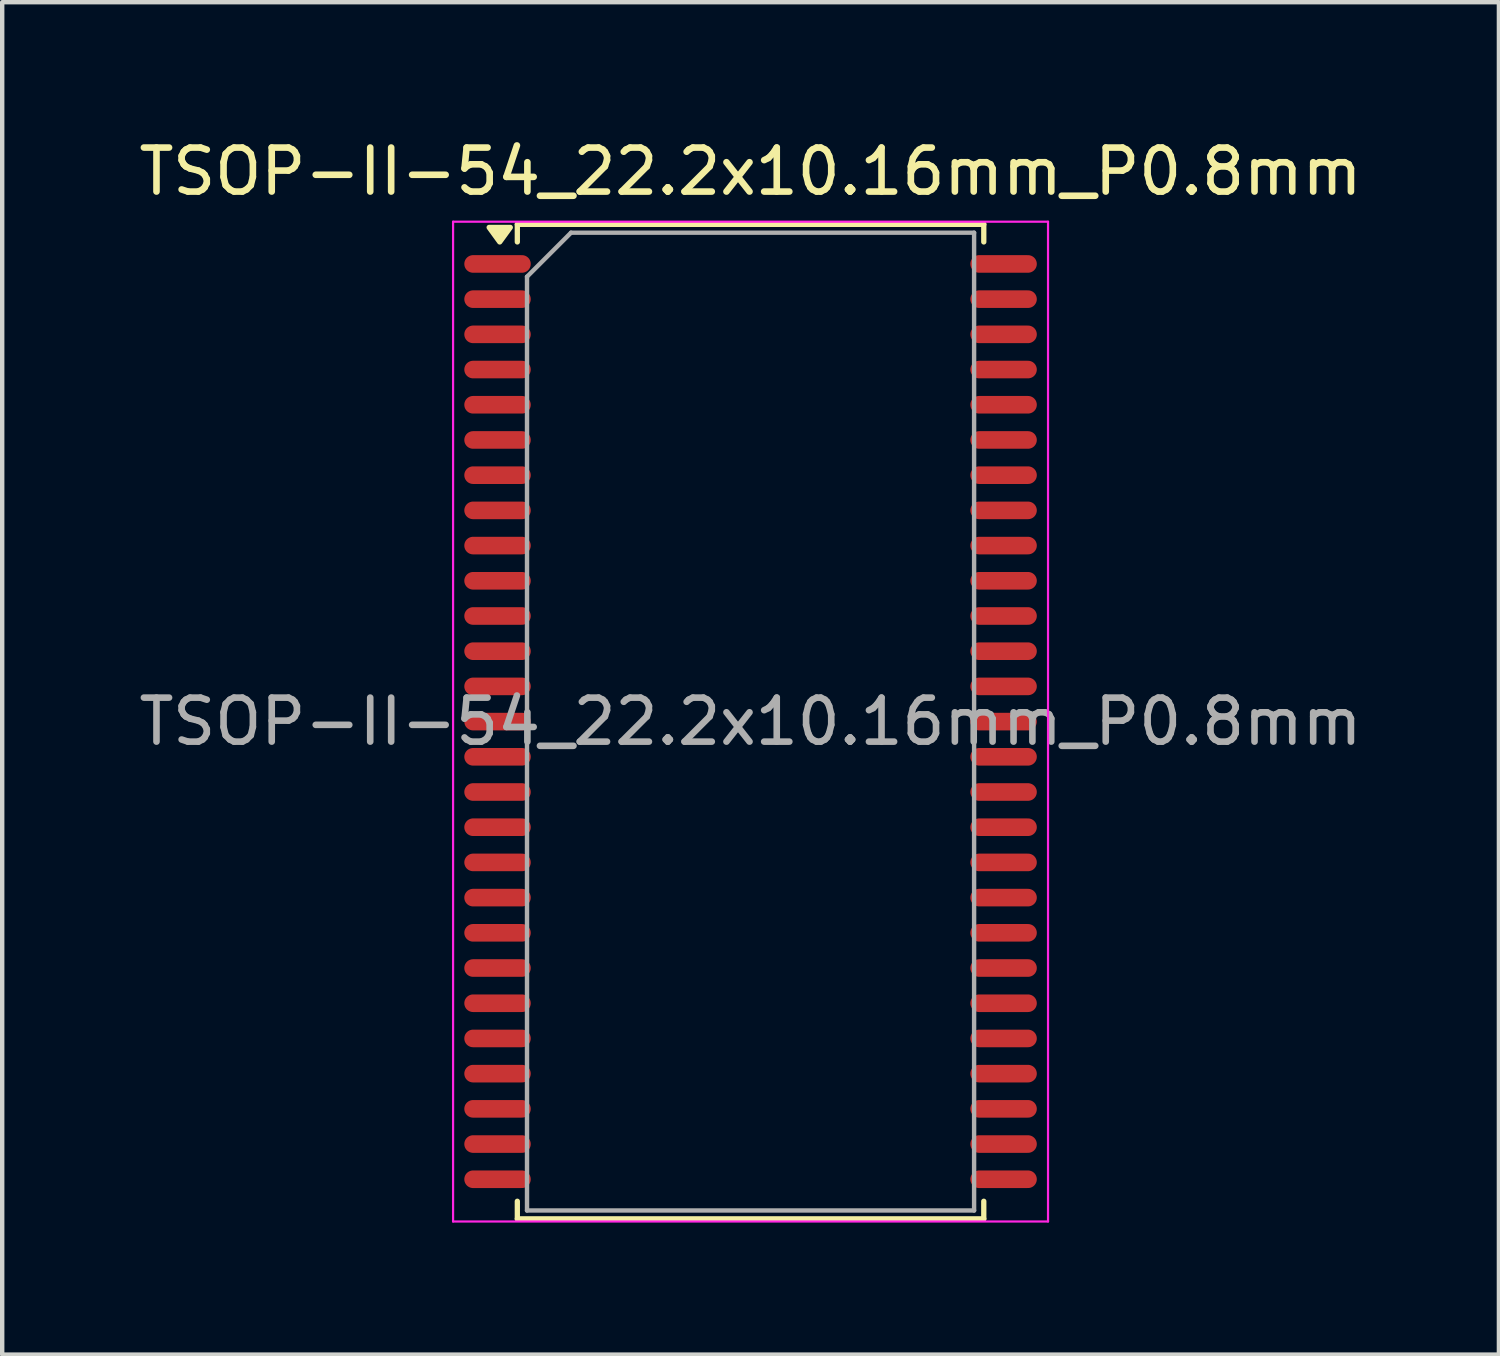
<source format=kicad_pcb>
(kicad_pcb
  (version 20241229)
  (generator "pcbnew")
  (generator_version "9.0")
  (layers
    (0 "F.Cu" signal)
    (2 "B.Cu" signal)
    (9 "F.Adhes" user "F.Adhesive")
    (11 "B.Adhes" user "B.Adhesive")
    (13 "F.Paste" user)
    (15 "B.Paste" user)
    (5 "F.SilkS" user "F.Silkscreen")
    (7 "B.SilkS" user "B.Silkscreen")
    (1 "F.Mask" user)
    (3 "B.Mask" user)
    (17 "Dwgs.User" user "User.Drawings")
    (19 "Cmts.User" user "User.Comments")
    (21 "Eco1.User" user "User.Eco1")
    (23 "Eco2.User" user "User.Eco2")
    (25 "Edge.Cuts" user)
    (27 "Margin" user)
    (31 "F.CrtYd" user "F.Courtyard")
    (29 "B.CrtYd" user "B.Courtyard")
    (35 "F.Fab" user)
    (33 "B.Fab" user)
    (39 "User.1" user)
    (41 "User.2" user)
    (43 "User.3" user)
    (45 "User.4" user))
  (footprint "TSOP-II-54_22.2x10.16mm_P0.8mm"
    (layer "F.Cu")
    (at 14.006 13.348)
    (property "Reference" "TSOP-II-54_22.2x10.16mm_P0.8mm" (at 0 -12.5 0) (layer "F.SilkS") (effects (font (size 1 1) (thickness 0.15))))
    (attr smd)
    (fp_line (start -5.3 -11.3) (end 5.3 -11.3) (stroke (width 0.12) (type solid)) (layer "F.SilkS"))
    (fp_line (start -5.3 -10.9) (end -5.3 -11.3) (stroke (width 0.12) (type solid)) (layer "F.SilkS"))
    (fp_line (start -5.3 10.9) (end -5.3 11.3) (stroke (width 0.12) (type solid)) (layer "F.SilkS"))
    (fp_line (start -5.3 11.3) (end 5.3 11.3) (stroke (width 0.12) (type solid)) (layer "F.SilkS"))
    (fp_line (start 5.3 -11.3) (end 5.3 -10.9) (stroke (width 0.12) (type solid)) (layer "F.SilkS"))
    (fp_line (start 5.3 10.9) (end 5.3 11.3) (stroke (width 0.12) (type solid)) (layer "F.SilkS"))
    (fp_poly (pts (xy -5.7 -10.9) (xy -5.94 -11.23) (xy -5.46 -11.23) (xy -5.7 -10.9)) (stroke (width 0.12) (type solid)) (fill yes) (layer "F.SilkS"))
    (fp_line (start -6.76 -11.36) (end -6.76 11.36) (stroke (width 0.05) (type solid)) (layer "F.CrtYd"))
    (fp_line (start -6.76 -11.36) (end 6.76 -11.36) (stroke (width 0.05) (type solid)) (layer "F.CrtYd"))
    (fp_line (start 6.76 -11.36) (end 6.76 11.36) (stroke (width 0.05) (type solid)) (layer "F.CrtYd"))
    (fp_line (start 6.76 11.36) (end -6.76 11.36) (stroke (width 0.05) (type solid)) (layer "F.CrtYd"))
    (fp_line (start -5.08 11.11) (end -5.08 -10.11) (stroke (width 0.1) (type solid)) (layer "F.Fab"))
    (fp_line (start -4.08 -11.11) (end -5.08 -10.11) (stroke (width 0.1) (type solid)) (layer "F.Fab"))
    (fp_line (start -4.08 -11.11) (end 5.08 -11.11) (stroke (width 0.1) (type solid)) (layer "F.Fab"))
    (fp_line (start 5.08 -11.11) (end 5.08 11.11) (stroke (width 0.1) (type solid)) (layer "F.Fab"))
    (fp_line (start 5.08 11.11) (end -5.08 11.11) (stroke (width 0.1) (type solid)) (layer "F.Fab"))
    (fp_text user "${REFERENCE}" (at 0 0 0) (layer "F.Fab") (effects (font (size 1 1) (thickness 0.15))))
    (pad "1" smd oval (at -5.75 -10.4) (size 1.51 0.4) (layers "F.Cu" "F.Mask" "F.Paste"))
    (pad "2" smd oval (at -5.75 -9.6) (size 1.51 0.4) (layers "F.Cu" "F.Mask" "F.Paste"))
    (pad "3" smd oval (at -5.75 -8.8) (size 1.51 0.4) (layers "F.Cu" "F.Mask" "F.Paste"))
    (pad "4" smd oval (at -5.75 -8) (size 1.51 0.4) (layers "F.Cu" "F.Mask" "F.Paste"))
    (pad "5" smd oval (at -5.75 -7.2) (size 1.51 0.4) (layers "F.Cu" "F.Mask" "F.Paste"))
    (pad "6" smd oval (at -5.75 -6.4) (size 1.51 0.4) (layers "F.Cu" "F.Mask" "F.Paste"))
    (pad "7" smd oval (at -5.75 -5.6) (size 1.51 0.4) (layers "F.Cu" "F.Mask" "F.Paste"))
    (pad "8" smd oval (at -5.75 -4.8) (size 1.51 0.4) (layers "F.Cu" "F.Mask" "F.Paste"))
    (pad "9" smd oval (at -5.75 -4) (size 1.51 0.4) (layers "F.Cu" "F.Mask" "F.Paste"))
    (pad "10" smd oval (at -5.75 -3.2) (size 1.51 0.4) (layers "F.Cu" "F.Mask" "F.Paste"))
    (pad "11" smd oval (at -5.75 -2.4) (size 1.51 0.4) (layers "F.Cu" "F.Mask" "F.Paste"))
    (pad "12" smd oval (at -5.75 -1.6) (size 1.51 0.4) (layers "F.Cu" "F.Mask" "F.Paste"))
    (pad "13" smd oval (at -5.75 -0.8) (size 1.51 0.4) (layers "F.Cu" "F.Mask" "F.Paste"))
    (pad "14" smd oval (at -5.75 0) (size 1.51 0.4) (layers "F.Cu" "F.Mask" "F.Paste"))
    (pad "15" smd oval (at -5.75 0.8) (size 1.51 0.4) (layers "F.Cu" "F.Mask" "F.Paste"))
    (pad "16" smd oval (at -5.75 1.6) (size 1.51 0.4) (layers "F.Cu" "F.Mask" "F.Paste"))
    (pad "17" smd oval (at -5.75 2.4) (size 1.51 0.4) (layers "F.Cu" "F.Mask" "F.Paste"))
    (pad "18" smd oval (at -5.75 3.2) (size 1.51 0.4) (layers "F.Cu" "F.Mask" "F.Paste"))
    (pad "19" smd oval (at -5.75 4) (size 1.51 0.4) (layers "F.Cu" "F.Mask" "F.Paste"))
    (pad "20" smd oval (at -5.75 4.8) (size 1.51 0.4) (layers "F.Cu" "F.Mask" "F.Paste"))
    (pad "21" smd oval (at -5.75 5.6) (size 1.51 0.4) (layers "F.Cu" "F.Mask" "F.Paste"))
    (pad "22" smd oval (at -5.75 6.4) (size 1.51 0.4) (layers "F.Cu" "F.Mask" "F.Paste"))
    (pad "23" smd oval (at -5.75 7.2) (size 1.51 0.4) (layers "F.Cu" "F.Mask" "F.Paste"))
    (pad "24" smd oval (at -5.75 8) (size 1.51 0.4) (layers "F.Cu" "F.Mask" "F.Paste"))
    (pad "25" smd oval (at -5.75 8.8) (size 1.51 0.4) (layers "F.Cu" "F.Mask" "F.Paste"))
    (pad "26" smd oval (at -5.75 9.6) (size 1.51 0.4) (layers "F.Cu" "F.Mask" "F.Paste"))
    (pad "27" smd oval (at -5.75 10.4) (size 1.51 0.4) (layers "F.Cu" "F.Mask" "F.Paste"))
    (pad "28" smd oval (at 5.75 10.4) (size 1.51 0.4) (layers "F.Cu" "F.Mask" "F.Paste"))
    (pad "29" smd oval (at 5.75 9.6) (size 1.51 0.4) (layers "F.Cu" "F.Mask" "F.Paste"))
    (pad "30" smd oval (at 5.75 8.8) (size 1.51 0.4) (layers "F.Cu" "F.Mask" "F.Paste"))
    (pad "31" smd oval (at 5.75 8) (size 1.51 0.4) (layers "F.Cu" "F.Mask" "F.Paste"))
    (pad "32" smd oval (at 5.75 7.2) (size 1.51 0.4) (layers "F.Cu" "F.Mask" "F.Paste"))
    (pad "33" smd oval (at 5.75 6.4) (size 1.51 0.4) (layers "F.Cu" "F.Mask" "F.Paste"))
    (pad "34" smd oval (at 5.75 5.6) (size 1.51 0.4) (layers "F.Cu" "F.Mask" "F.Paste"))
    (pad "35" smd oval (at 5.75 4.8) (size 1.51 0.4) (layers "F.Cu" "F.Mask" "F.Paste"))
    (pad "36" smd oval (at 5.75 4) (size 1.51 0.4) (layers "F.Cu" "F.Mask" "F.Paste"))
    (pad "37" smd oval (at 5.75 3.2) (size 1.51 0.4) (layers "F.Cu" "F.Mask" "F.Paste"))
    (pad "38" smd oval (at 5.75 2.4) (size 1.51 0.4) (layers "F.Cu" "F.Mask" "F.Paste"))
    (pad "39" smd oval (at 5.75 1.6) (size 1.51 0.4) (layers "F.Cu" "F.Mask" "F.Paste"))
    (pad "40" smd oval (at 5.75 0.8) (size 1.51 0.4) (layers "F.Cu" "F.Mask" "F.Paste"))
    (pad "41" smd oval (at 5.75 0) (size 1.51 0.4) (layers "F.Cu" "F.Mask" "F.Paste"))
    (pad "42" smd oval (at 5.75 -0.8) (size 1.51 0.4) (layers "F.Cu" "F.Mask" "F.Paste"))
    (pad "43" smd oval (at 5.75 -1.6) (size 1.51 0.4) (layers "F.Cu" "F.Mask" "F.Paste"))
    (pad "44" smd oval (at 5.75 -2.4) (size 1.51 0.4) (layers "F.Cu" "F.Mask" "F.Paste"))
    (pad "45" smd oval (at 5.75 -3.2) (size 1.51 0.4) (layers "F.Cu" "F.Mask" "F.Paste"))
    (pad "46" smd oval (at 5.75 -4) (size 1.51 0.4) (layers "F.Cu" "F.Mask" "F.Paste"))
    (pad "47" smd oval (at 5.75 -4.8) (size 1.51 0.4) (layers "F.Cu" "F.Mask" "F.Paste"))
    (pad "48" smd oval (at 5.75 -5.6) (size 1.51 0.4) (layers "F.Cu" "F.Mask" "F.Paste"))
    (pad "49" smd oval (at 5.75 -6.4) (size 1.51 0.4) (layers "F.Cu" "F.Mask" "F.Paste"))
    (pad "50" smd oval (at 5.75 -7.2) (size 1.51 0.4) (layers "F.Cu" "F.Mask" "F.Paste"))
    (pad "51" smd oval (at 5.75 -8) (size 1.51 0.4) (layers "F.Cu" "F.Mask" "F.Paste"))
    (pad "52" smd oval (at 5.75 -8.8) (size 1.51 0.4) (layers "F.Cu" "F.Mask" "F.Paste"))
    (pad "53" smd oval (at 5.75 -9.6) (size 1.51 0.4) (layers "F.Cu" "F.Mask" "F.Paste"))
    (pad "54" smd oval (at 5.75 -10.4) (size 1.51 0.4) (layers "F.Cu" "F.Mask" "F.Paste")))
  (gr_rect
    (start -3 -3)
    (end 31.012 27.733)
    (stroke (width 0.1) (type default))
    (fill no)
    (layer "Edge.Cuts")))
</source>
